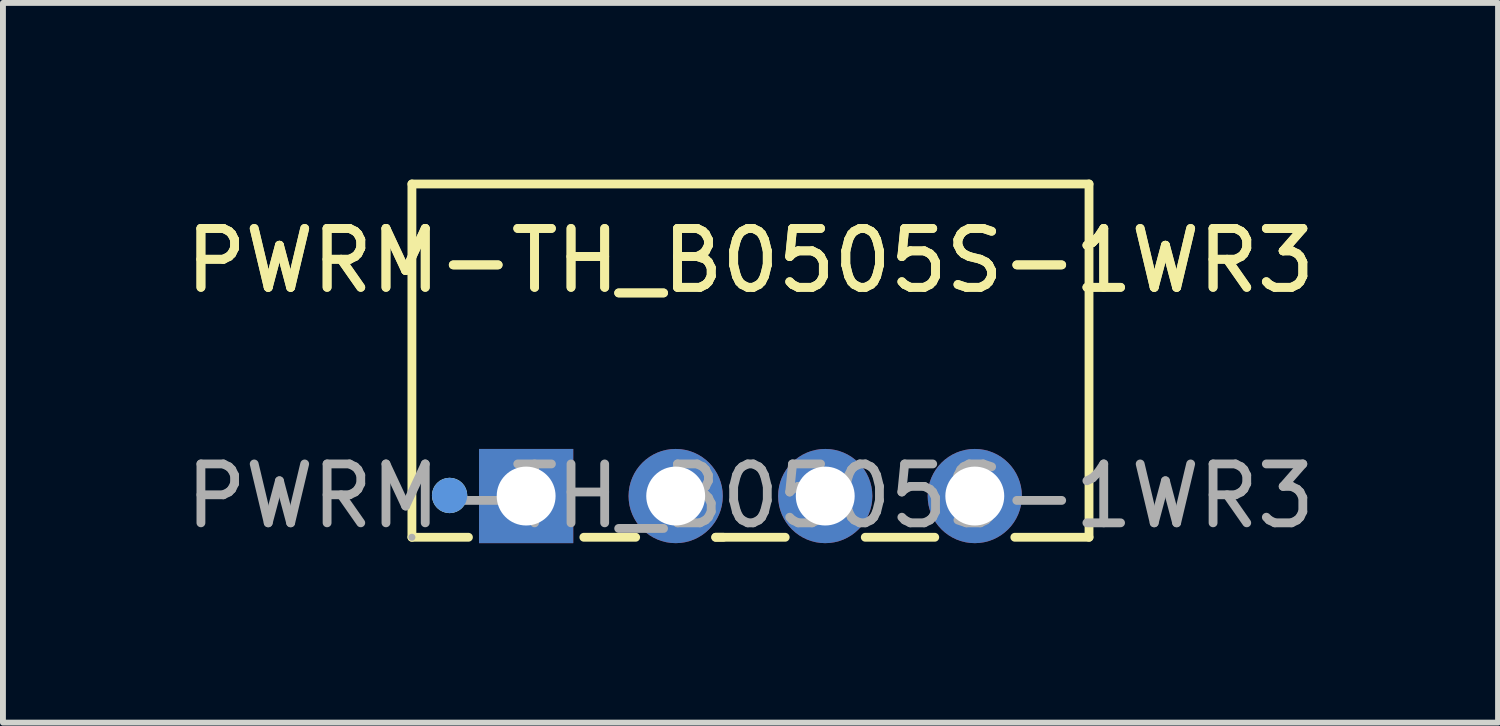
<source format=kicad_pcb>
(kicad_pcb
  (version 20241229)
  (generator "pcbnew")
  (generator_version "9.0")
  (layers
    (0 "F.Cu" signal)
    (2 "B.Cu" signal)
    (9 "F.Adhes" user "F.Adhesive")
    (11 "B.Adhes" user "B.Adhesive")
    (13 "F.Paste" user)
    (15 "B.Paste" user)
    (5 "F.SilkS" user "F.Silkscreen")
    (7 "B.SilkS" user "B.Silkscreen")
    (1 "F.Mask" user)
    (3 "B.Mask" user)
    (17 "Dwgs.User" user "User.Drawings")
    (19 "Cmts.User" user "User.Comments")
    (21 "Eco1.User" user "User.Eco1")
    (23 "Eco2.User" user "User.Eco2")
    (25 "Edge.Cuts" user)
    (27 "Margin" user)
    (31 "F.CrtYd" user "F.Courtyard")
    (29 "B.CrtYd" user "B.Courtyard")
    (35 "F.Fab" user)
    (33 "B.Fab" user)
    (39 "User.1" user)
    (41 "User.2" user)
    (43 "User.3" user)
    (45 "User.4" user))
  (footprint "PWRM-TH_B0505S-1WR3"
    (layer "F.Cu")
    (at 9.696 5.375)
    (property "Reference" "PWRM-TH_B0505S-1WR3" (at 0 -4 0) (layer "F.SilkS") (effects (font (size 1 1) (thickness 0.15))))
    (attr through_hole)
    (fp_line (start -5.75 -5.3) (end -5.75 0.7) (stroke (width 0.15) (type solid)) (layer "F.SilkS"))
    (fp_line (start -5.75 0.7) (end -4.79 0.7) (stroke (width 0.15) (type solid)) (layer "F.SilkS"))
    (fp_line (start -2.83 0.7) (end -1.95 0.7) (stroke (width 0.15) (type solid)) (layer "F.SilkS"))
    (fp_line (start -0.59 0.7) (end -0.46 0.7) (stroke (width 0.15) (type solid)) (layer "F.SilkS"))
    (fp_line (start -0.59 0.7) (end 0.59 0.7) (stroke (width 0.15) (type solid)) (layer "F.SilkS"))
    (fp_line (start 1.95 0.7) (end 3.13 0.7) (stroke (width 0.15) (type solid)) (layer "F.SilkS"))
    (fp_line (start 4.49 0.7) (end 5.75 0.7) (stroke (width 0.15) (type solid)) (layer "F.SilkS"))
    (fp_line (start 5.75 -5.3) (end -5.75 -5.3) (stroke (width 0.15) (type solid)) (layer "F.SilkS"))
    (fp_line (start 5.75 0.7) (end 5.75 -5.3) (stroke (width 0.15) (type solid)) (layer "F.SilkS"))
    (fp_circle (center -5.11 -0.01) (end -4.96 -0.01) (stroke (width 0.3) (type solid)) (fill no) (layer "F.SilkS"))
    (fp_circle (center -5.11 -0.01) (end -4.96 -0.01) (stroke (width 0.3) (type solid)) (fill no) (layer "Cmts.User"))
    (fp_circle (center -5.75 0.7) (end -5.72 0.7) (stroke (width 0.06) (type solid)) (fill no) (layer "F.Fab"))
    (fp_text user "${REFERENCE}" (at 0 -4 0) (layer "F.SilkS") (effects (font (size 1 1) (thickness 0.15))))
    (fp_text user "${REFERENCE}" (at 0 0 0) (layer "F.Fab") (effects (font (size 1 1) (thickness 0.15))))
    (pad "1" thru_hole rect (at -3.81 0) (size 1.6 1.6) (drill 1) (layers "*.Cu" "*.Mask"))
    (pad "2" thru_hole circle (at -1.27 0) (size 1.6 1.6) (drill 1) (layers "*.Cu" "*.Mask"))
    (pad "3" thru_hole circle (at 1.27 0) (size 1.6 1.6) (drill 1) (layers "*.Cu" "*.Mask"))
    (pad "4" thru_hole circle (at 3.81 0) (size 1.6 1.6) (drill 1) (layers "*.Cu" "*.Mask")))
  (gr_rect
    (start -3 -3)
    (end 22.393 9.223)
    (stroke (width 0.1) (type default))
    (fill no)
    (layer "Edge.Cuts")))
</source>
